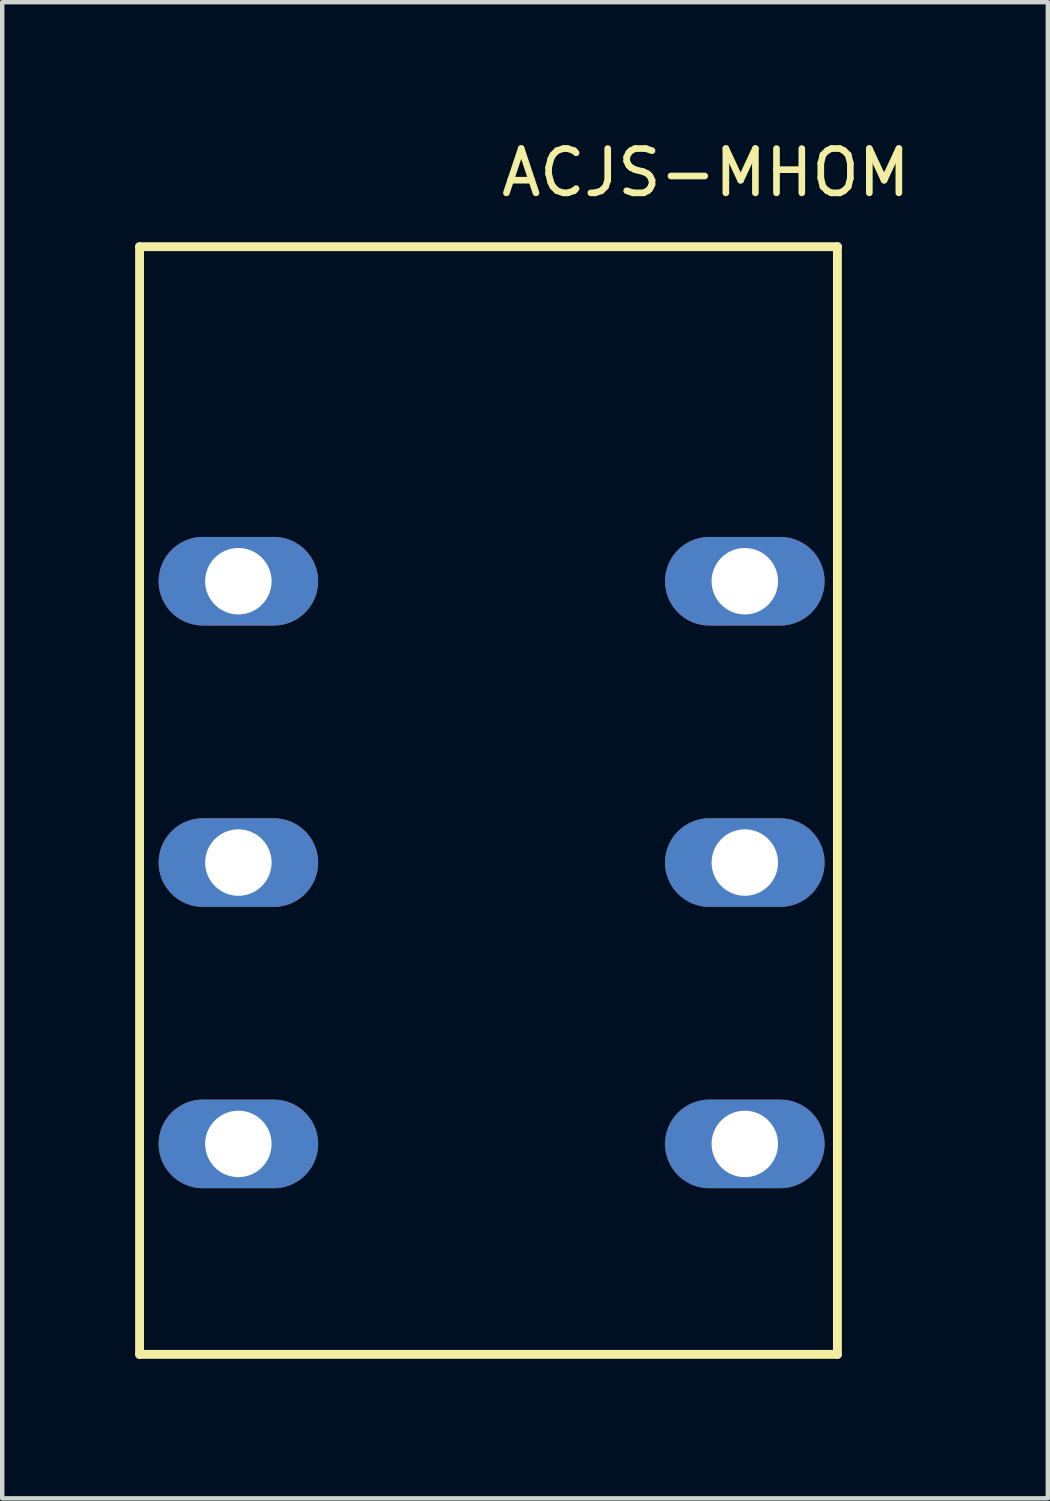
<source format=kicad_pcb>
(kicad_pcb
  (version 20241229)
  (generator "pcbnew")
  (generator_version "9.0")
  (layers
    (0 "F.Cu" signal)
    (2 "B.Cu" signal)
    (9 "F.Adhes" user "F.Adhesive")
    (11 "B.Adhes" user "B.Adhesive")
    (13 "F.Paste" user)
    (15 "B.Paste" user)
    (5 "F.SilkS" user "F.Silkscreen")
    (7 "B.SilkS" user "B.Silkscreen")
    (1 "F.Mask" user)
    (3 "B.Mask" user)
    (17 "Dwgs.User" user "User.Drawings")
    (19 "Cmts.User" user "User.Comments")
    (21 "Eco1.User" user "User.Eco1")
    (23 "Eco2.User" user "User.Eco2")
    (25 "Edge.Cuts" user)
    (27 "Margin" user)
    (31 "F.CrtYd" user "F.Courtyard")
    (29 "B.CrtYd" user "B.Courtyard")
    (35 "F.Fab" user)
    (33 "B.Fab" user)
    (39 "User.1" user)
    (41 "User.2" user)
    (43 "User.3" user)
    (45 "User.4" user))
  (footprint "ACJS-MHOM"
    (layer "F.Cu")
    (at 6.53 27.518)
    (property "Reference" "ACJS-MHOM" (at 6.35 -26.67 0) (layer "F.SilkS") (effects (font (size 1 1) (thickness 0.15))))
    (attr through_hole)
    (fp_line (start -6.43 -25) (end 9.32 -25) (stroke (width 0.2) (type solid)) (layer "F.SilkS"))
    (fp_line (start -6.43 0) (end -6.43 -25) (stroke (width 0.2) (type solid)) (layer "F.SilkS"))
    (fp_line (start 9.32 -25) (end 9.32 0) (stroke (width 0.2) (type solid)) (layer "F.SilkS"))
    (fp_line (start 9.32 0) (end -6.43 0) (stroke (width 0.2) (type solid)) (layer "F.SilkS"))
    (pad "R" thru_hole oval (at 7.23 -11.1) (size 3.6 2) (drill 1.5) (layers "*.Cu" "*.Mask"))
    (pad "RN" thru_hole oval (at -4.2 -11.1) (size 3.6 2) (drill 1.5) (layers "*.Cu" "*.Mask"))
    (pad "S" thru_hole oval (at -4.2 -4.75) (size 3.6 2) (drill 1.5) (layers "*.Cu" "*.Mask"))
    (pad "S" thru_hole oval (at 7.23 -4.75) (size 3.6 2) (drill 1.5) (layers "*.Cu" "*.Mask"))
    (pad "T" thru_hole oval (at 7.23 -17.45) (size 3.6 2) (drill 1.5) (layers "*.Cu" "*.Mask"))
    (pad "TN" thru_hole oval (at -4.2 -17.45) (size 3.6 2) (drill 1.5) (layers "*.Cu" "*.Mask")))
  (gr_rect
    (start -3 -3)
    (end 20.6 30.768)
    (stroke (width 0.1) (type default))
    (fill no)
    (layer "Edge.Cuts")))
</source>
